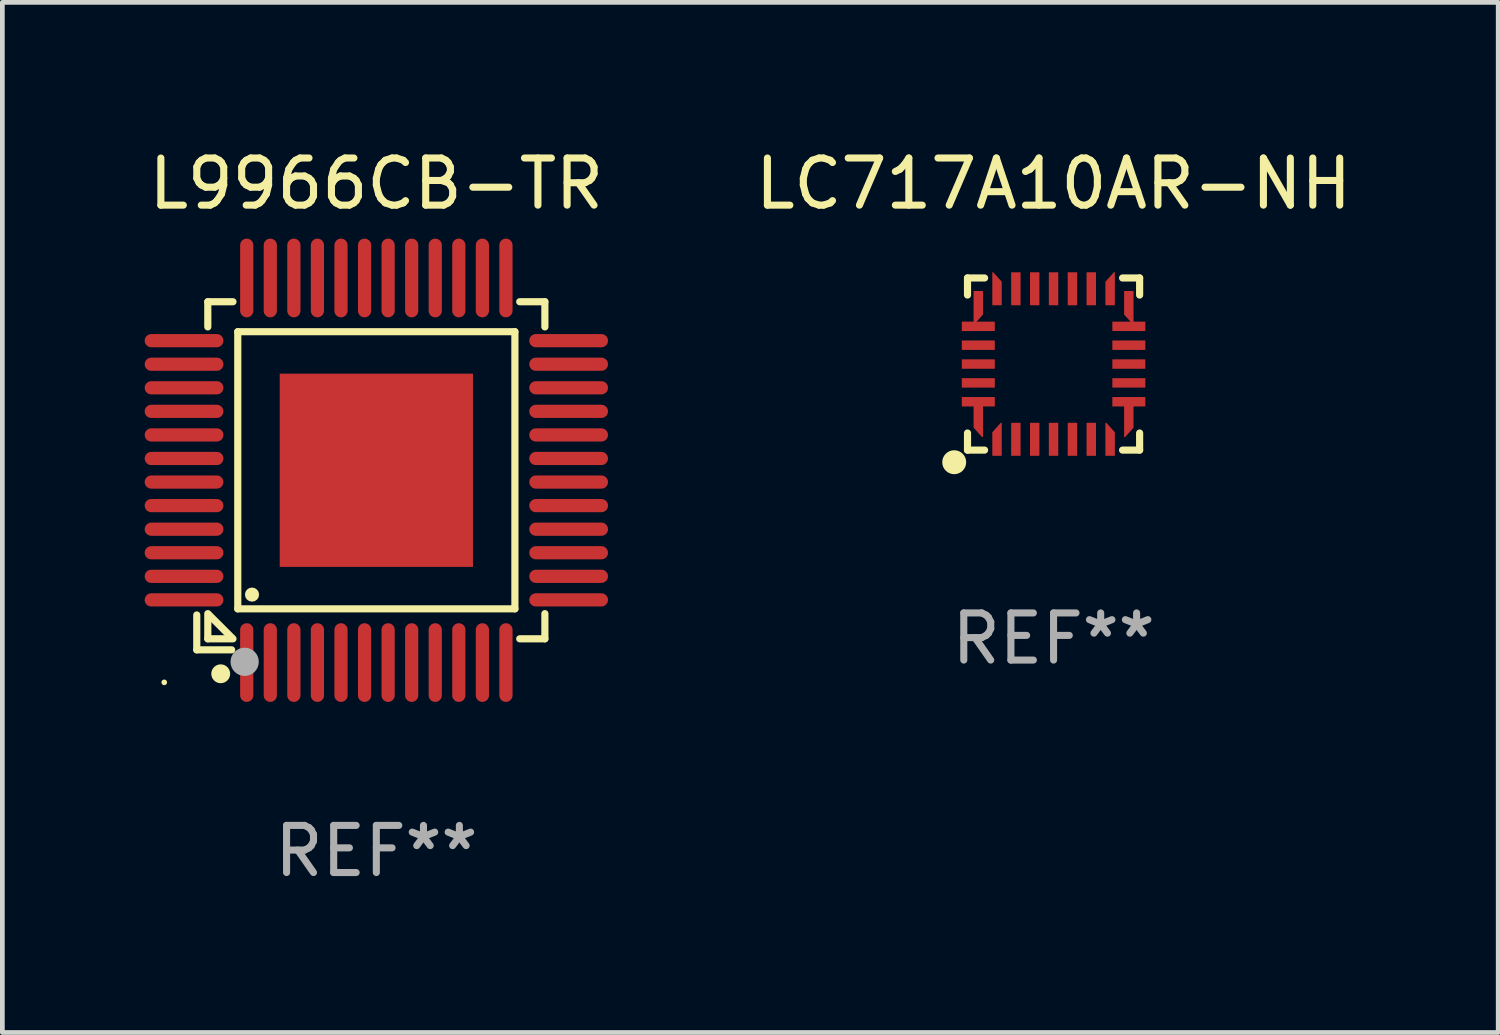
<source format=kicad_pcb>
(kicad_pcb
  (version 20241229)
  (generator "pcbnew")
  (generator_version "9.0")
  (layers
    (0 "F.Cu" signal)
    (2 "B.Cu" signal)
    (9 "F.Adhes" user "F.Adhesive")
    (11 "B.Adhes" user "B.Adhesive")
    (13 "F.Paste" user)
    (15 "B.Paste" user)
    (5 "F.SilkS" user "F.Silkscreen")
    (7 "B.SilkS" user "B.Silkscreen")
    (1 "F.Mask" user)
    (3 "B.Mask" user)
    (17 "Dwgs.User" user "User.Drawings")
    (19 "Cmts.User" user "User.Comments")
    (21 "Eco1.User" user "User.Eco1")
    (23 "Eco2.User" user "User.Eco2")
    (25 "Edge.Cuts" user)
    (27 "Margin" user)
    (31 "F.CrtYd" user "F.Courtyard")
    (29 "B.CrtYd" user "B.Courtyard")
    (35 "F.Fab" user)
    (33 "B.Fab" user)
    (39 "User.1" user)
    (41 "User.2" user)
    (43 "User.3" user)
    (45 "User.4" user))
  (footprint "LC717A10AR-NH"
    (layer "F.Cu")
    (at 19.304 4.674)
    (property "Reference" "LC717A10AR-NH" (at 0 -3.826 0) (layer "F.SilkS") (effects (font (size 1 1) (thickness 0.15))))
    (attr through_hole)
    (fp_line (start -1.826 -1.826) (end -1.826 -1.464) (stroke (width 0.152) (type solid)) (layer "F.SilkS"))
    (fp_line (start -1.826 1.826) (end -1.826 1.464) (stroke (width 0.152) (type solid)) (layer "F.SilkS"))
    (fp_line (start -1.464 -1.826) (end -1.826 -1.826) (stroke (width 0.152) (type solid)) (layer "F.SilkS"))
    (fp_line (start -1.464 1.826) (end -1.826 1.826) (stroke (width 0.152) (type solid)) (layer "F.SilkS"))
    (fp_line (start 1.464 -1.826) (end 1.826 -1.826) (stroke (width 0.152) (type solid)) (layer "F.SilkS"))
    (fp_line (start 1.464 1.826) (end 1.826 1.826) (stroke (width 0.152) (type solid)) (layer "F.SilkS"))
    (fp_line (start 1.826 -1.826) (end 1.826 -1.464) (stroke (width 0.152) (type solid)) (layer "F.SilkS"))
    (fp_line (start 1.826 1.826) (end 1.826 1.464) (stroke (width 0.152) (type solid)) (layer "F.SilkS"))
    (fp_circle (center -2.108 2.083) (end -1.981 2.083) (stroke (width 0.254) (type solid)) (fill no) (layer "F.SilkS"))
    (fp_text user "REF**" (at 0 5.826 0) (layer "F.Fab") (effects (font (size 1 1) (thickness 0.15))))
    (pad "1" smd custom (at -1.2 1.597) (size 0.2 0.7) (layers "F.Cu" "F.Mask" "F.Paste") (options (anchor circle)) (primitives (gr_poly (pts (xy 0.1 -0.35) (xy 0.1 0.35) (xy -0.1 0.35) (xy -0.1 -0.15) (xy 0.08 -0.35)) (width 0) (fill yes))))
    (pad "2" smd rect (at -0.8 1.597) (size 0.2 0.7) (layers "F.Cu" "F.Mask" "F.Paste"))
    (pad "3" smd rect (at -0.4 1.597) (size 0.2 0.7) (layers "F.Cu" "F.Mask" "F.Paste"))
    (pad "4" smd rect (at -0.000013 1.597) (size 0.2 0.7) (layers "F.Cu" "F.Mask" "F.Paste"))
    (pad "5" smd rect (at 0.4 1.597) (size 0.2 0.7) (layers "F.Cu" "F.Mask" "F.Paste"))
    (pad "6" smd rect (at 0.8 1.597) (size 0.2 0.7) (layers "F.Cu" "F.Mask" "F.Paste"))
    (pad "7" smd custom (at 1.2 1.597) (size 0.2 0.7) (layers "F.Cu" "F.Mask" "F.Paste") (options (anchor circle)) (primitives (gr_poly (pts (xy -0.1 -0.35) (xy -0.1 0.35) (xy 0.1 0.35) (xy 0.1 -0.15) (xy -0.08 -0.35)) (width 0) (fill yes))))
    (pad "8" smd custom (at 1.597 1.2 90) (size 0.2 0.7) (layers "F.Cu" "F.Mask" "F.Paste") (options (anchor circle)) (primitives (gr_poly (pts (xy -0.35 -0.1) (xy 0.35 -0.1) (xy 0.35 0.1) (xy -0.15 0.1) (xy -0.35 -0.08)) (width 0) (fill yes))))
    (pad "9" smd rect (at 1.597 0.8) (size 0.7 0.2) (layers "F.Cu" "F.Mask" "F.Paste"))
    (pad "10" smd rect (at 1.597 0.4) (size 0.7 0.2) (layers "F.Cu" "F.Mask" "F.Paste"))
    (pad "11" smd rect (at 1.597 -0.000013) (size 0.7 0.2) (layers "F.Cu" "F.Mask" "F.Paste"))
    (pad "12" smd rect (at 1.597 -0.4) (size 0.7 0.2) (layers "F.Cu" "F.Mask" "F.Paste"))
    (pad "13" smd rect (at 1.597 -0.8) (size 0.7 0.2) (layers "F.Cu" "F.Mask" "F.Paste"))
    (pad "14" smd custom (at 1.597 -1.2 90) (size 0.2 0.7) (layers "F.Cu" "F.Mask" "F.Paste") (options (anchor circle)) (primitives (gr_poly (pts (xy -0.35 0.1) (xy 0.35 0.1) (xy 0.35 -0.1) (xy -0.15 -0.1) (xy -0.35 0.08)) (width 0) (fill yes))))
    (pad "15" smd custom (at 1.2 -1.597 180) (size 0.2 0.7) (layers "F.Cu" "F.Mask" "F.Paste") (options (anchor circle)) (primitives (gr_poly (pts (xy -0.1 0.35) (xy -0.1 -0.35) (xy 0.1 -0.35) (xy 0.1 0.15) (xy -0.08 0.35)) (width 0) (fill yes))))
    (pad "16" smd rect (at 0.8 -1.597) (size 0.2 0.7) (layers "F.Cu" "F.Mask" "F.Paste"))
    (pad "17" smd rect (at 0.4 -1.597) (size 0.2 0.7) (layers "F.Cu" "F.Mask" "F.Paste"))
    (pad "18" smd rect (at -0.000013 -1.597) (size 0.2 0.7) (layers "F.Cu" "F.Mask" "F.Paste"))
    (pad "19" smd rect (at -0.4 -1.597) (size 0.2 0.7) (layers "F.Cu" "F.Mask" "F.Paste"))
    (pad "20" smd rect (at -0.8 -1.597) (size 0.2 0.7) (layers "F.Cu" "F.Mask" "F.Paste"))
    (pad "21" smd custom (at -1.2 -1.597 180) (size 0.2 0.7) (layers "F.Cu" "F.Mask" "F.Paste") (options (anchor circle)) (primitives (gr_poly (pts (xy 0.1 0.35) (xy 0.1 -0.35) (xy -0.1 -0.35) (xy -0.1 0.15) (xy 0.08 0.35)) (width 0) (fill yes))))
    (pad "22" smd custom (at -1.597 -1.2 270) (size 0.2 0.7) (layers "F.Cu" "F.Mask" "F.Paste") (options (anchor circle)) (primitives (gr_poly (pts (xy 0.35 0.1) (xy -0.35 0.1) (xy -0.35 -0.1) (xy 0.15 -0.1) (xy 0.35 0.08)) (width 0) (fill yes))))
    (pad "23" smd rect (at -1.597 -0.8) (size 0.7 0.2) (layers "F.Cu" "F.Mask" "F.Paste"))
    (pad "24" smd rect (at -1.597 -0.4) (size 0.7 0.2) (layers "F.Cu" "F.Mask" "F.Paste"))
    (pad "25" smd rect (at -1.597 -0.000013) (size 0.7 0.2) (layers "F.Cu" "F.Mask" "F.Paste"))
    (pad "26" smd rect (at -1.597 0.4) (size 0.7 0.2) (layers "F.Cu" "F.Mask" "F.Paste"))
    (pad "27" smd rect (at -1.597 0.8) (size 0.7 0.2) (layers "F.Cu" "F.Mask" "F.Paste"))
    (pad "28" smd custom (at -1.597 1.2 270) (size 0.2 0.7) (layers "F.Cu" "F.Mask" "F.Paste") (options (anchor circle)) (primitives (gr_poly (pts (xy 0.35 -0.1) (xy -0.35 -0.1) (xy -0.35 0.1) (xy 0.15 0.1) (xy 0.35 -0.08)) (width 0) (fill yes)))))
  (footprint "L9966CB-TR"
    (layer "F.Cu")
    (at 4.935 6.928)
    (property "Reference" "L9966CB-TR" (at 0 -6.08 0) (layer "F.SilkS") (effects (font (size 1 1) (thickness 0.15))))
    (attr through_hole)
    (fp_line (start -3.81 3.07) (end -3.81 3.81) (stroke (width 0.152) (type solid)) (layer "F.SilkS"))
    (fp_line (start -3.81 3.81) (end -3.07 3.81) (stroke (width 0.152) (type solid)) (layer "F.SilkS"))
    (fp_line (start -3.576 -3.576) (end -3.576 -3.042) (stroke (width 0.152) (type solid)) (layer "F.SilkS"))
    (fp_line (start -3.576 3.576) (end -3.576 3.042) (stroke (width 0.152) (type solid)) (layer "F.SilkS"))
    (fp_line (start -3.549 3.069) (end -3.069 3.549) (stroke (width 0.152) (type solid)) (layer "F.SilkS"))
    (fp_line (start -3.042 -3.576) (end -3.576 -3.576) (stroke (width 0.152) (type solid)) (layer "F.SilkS"))
    (fp_line (start -3.042 3.576) (end -3.576 3.576) (stroke (width 0.152) (type solid)) (layer "F.SilkS"))
    (fp_line (start -2.94 -2.94) (end 2.94 -2.94) (stroke (width 0.152) (type solid)) (layer "F.SilkS"))
    (fp_line (start -2.94 2.94) (end -2.94 -2.94) (stroke (width 0.152) (type solid)) (layer "F.SilkS"))
    (fp_line (start 2.94 -2.94) (end 2.94 2.94) (stroke (width 0.152) (type solid)) (layer "F.SilkS"))
    (fp_line (start 2.94 2.94) (end -2.94 2.94) (stroke (width 0.152) (type solid)) (layer "F.SilkS"))
    (fp_line (start 3.042 -3.576) (end 3.576 -3.576) (stroke (width 0.152) (type solid)) (layer "F.SilkS"))
    (fp_line (start 3.042 3.576) (end 3.576 3.576) (stroke (width 0.152) (type solid)) (layer "F.SilkS"))
    (fp_line (start 3.576 -3.576) (end 3.576 -3.042) (stroke (width 0.152) (type solid)) (layer "F.SilkS"))
    (fp_line (start 3.576 3.576) (end 3.576 3.042) (stroke (width 0.152) (type solid)) (layer "F.SilkS"))
    (fp_circle (center -4.5 4.5) (end -4.47 4.5) (stroke (width 0.06) (type solid)) (fill no) (layer "F.SilkS"))
    (fp_circle (center -3.302 4.318) (end -3.202 4.318) (stroke (width 0.2) (type solid)) (fill no) (layer "F.SilkS"))
    (fp_circle (center -2.638 2.638) (end -2.563 2.638) (stroke (width 0.15) (type solid)) (fill no) (layer "F.SilkS"))
    (fp_circle (center -2.794 4.064) (end -2.644 4.064) (stroke (width 0.3) (type solid)) (fill no) (layer "F.Fab"))
    (fp_text user "REF**" (at 0 8.08 0) (layer "F.Fab") (effects (font (size 1 1) (thickness 0.15))))
    (pad "1" smd oval (at -2.75 4.08) (size 0.28 1.67) (layers "F.Cu" "F.Mask" "F.Paste"))
    (pad "2" smd oval (at -2.25 4.08) (size 0.28 1.67) (layers "F.Cu" "F.Mask" "F.Paste"))
    (pad "3" smd oval (at -1.75 4.08) (size 0.28 1.67) (layers "F.Cu" "F.Mask" "F.Paste"))
    (pad "4" smd oval (at -1.25 4.08) (size 0.28 1.67) (layers "F.Cu" "F.Mask" "F.Paste"))
    (pad "5" smd oval (at -0.75 4.08) (size 0.28 1.67) (layers "F.Cu" "F.Mask" "F.Paste"))
    (pad "6" smd oval (at -0.25 4.08) (size 0.28 1.67) (layers "F.Cu" "F.Mask" "F.Paste"))
    (pad "7" smd oval (at 0.25 4.08) (size 0.28 1.67) (layers "F.Cu" "F.Mask" "F.Paste"))
    (pad "8" smd oval (at 0.75 4.08) (size 0.28 1.67) (layers "F.Cu" "F.Mask" "F.Paste"))
    (pad "9" smd oval (at 1.25 4.08) (size 0.28 1.67) (layers "F.Cu" "F.Mask" "F.Paste"))
    (pad "10" smd oval (at 1.75 4.08) (size 0.28 1.67) (layers "F.Cu" "F.Mask" "F.Paste"))
    (pad "11" smd oval (at 2.25 4.08) (size 0.28 1.67) (layers "F.Cu" "F.Mask" "F.Paste"))
    (pad "12" smd oval (at 2.75 4.08) (size 0.28 1.67) (layers "F.Cu" "F.Mask" "F.Paste"))
    (pad "13" smd oval (at 4.08 2.75) (size 1.67 0.28) (layers "F.Cu" "F.Mask" "F.Paste"))
    (pad "14" smd oval (at 4.08 2.25) (size 1.67 0.28) (layers "F.Cu" "F.Mask" "F.Paste"))
    (pad "15" smd oval (at 4.08 1.75) (size 1.67 0.28) (layers "F.Cu" "F.Mask" "F.Paste"))
    (pad "16" smd oval (at 4.08 1.25) (size 1.67 0.28) (layers "F.Cu" "F.Mask" "F.Paste"))
    (pad "17" smd oval (at 4.08 0.75) (size 1.67 0.28) (layers "F.Cu" "F.Mask" "F.Paste"))
    (pad "18" smd oval (at 4.08 0.25) (size 1.67 0.28) (layers "F.Cu" "F.Mask" "F.Paste"))
    (pad "19" smd oval (at 4.08 -0.25) (size 1.67 0.28) (layers "F.Cu" "F.Mask" "F.Paste"))
    (pad "20" smd oval (at 4.08 -0.75) (size 1.67 0.28) (layers "F.Cu" "F.Mask" "F.Paste"))
    (pad "21" smd oval (at 4.08 -1.25) (size 1.67 0.28) (layers "F.Cu" "F.Mask" "F.Paste"))
    (pad "22" smd oval (at 4.08 -1.75) (size 1.67 0.28) (layers "F.Cu" "F.Mask" "F.Paste"))
    (pad "23" smd oval (at 4.08 -2.25) (size 1.67 0.28) (layers "F.Cu" "F.Mask" "F.Paste"))
    (pad "24" smd oval (at 4.08 -2.75) (size 1.67 0.28) (layers "F.Cu" "F.Mask" "F.Paste"))
    (pad "25" smd oval (at 2.75 -4.08) (size 0.28 1.67) (layers "F.Cu" "F.Mask" "F.Paste"))
    (pad "26" smd oval (at 2.25 -4.08) (size 0.28 1.67) (layers "F.Cu" "F.Mask" "F.Paste"))
    (pad "27" smd oval (at 1.75 -4.08) (size 0.28 1.67) (layers "F.Cu" "F.Mask" "F.Paste"))
    (pad "28" smd oval (at 1.25 -4.08) (size 0.28 1.67) (layers "F.Cu" "F.Mask" "F.Paste"))
    (pad "29" smd oval (at 0.75 -4.08) (size 0.28 1.67) (layers "F.Cu" "F.Mask" "F.Paste"))
    (pad "30" smd oval (at 0.25 -4.08) (size 0.28 1.67) (layers "F.Cu" "F.Mask" "F.Paste"))
    (pad "31" smd oval (at -0.25 -4.08) (size 0.28 1.67) (layers "F.Cu" "F.Mask" "F.Paste"))
    (pad "32" smd oval (at -0.75 -4.08) (size 0.28 1.67) (layers "F.Cu" "F.Mask" "F.Paste"))
    (pad "33" smd oval (at -1.25 -4.08) (size 0.28 1.67) (layers "F.Cu" "F.Mask" "F.Paste"))
    (pad "34" smd oval (at -1.75 -4.08) (size 0.28 1.67) (layers "F.Cu" "F.Mask" "F.Paste"))
    (pad "35" smd oval (at -2.25 -4.08) (size 0.28 1.67) (layers "F.Cu" "F.Mask" "F.Paste"))
    (pad "36" smd oval (at -2.75 -4.08) (size 0.28 1.67) (layers "F.Cu" "F.Mask" "F.Paste"))
    (pad "37" smd oval (at -4.08 -2.75) (size 1.67 0.28) (layers "F.Cu" "F.Mask" "F.Paste"))
    (pad "38" smd oval (at -4.08 -2.25) (size 1.67 0.28) (layers "F.Cu" "F.Mask" "F.Paste"))
    (pad "39" smd oval (at -4.08 -1.75) (size 1.67 0.28) (layers "F.Cu" "F.Mask" "F.Paste"))
    (pad "40" smd oval (at -4.08 -1.25) (size 1.67 0.28) (layers "F.Cu" "F.Mask" "F.Paste"))
    (pad "41" smd oval (at -4.08 -0.75) (size 1.67 0.28) (layers "F.Cu" "F.Mask" "F.Paste"))
    (pad "42" smd oval (at -4.08 -0.25) (size 1.67 0.28) (layers "F.Cu" "F.Mask" "F.Paste"))
    (pad "43" smd oval (at -4.08 0.25) (size 1.67 0.28) (layers "F.Cu" "F.Mask" "F.Paste"))
    (pad "44" smd oval (at -4.08 0.75) (size 1.67 0.28) (layers "F.Cu" "F.Mask" "F.Paste"))
    (pad "45" smd oval (at -4.08 1.25) (size 1.67 0.28) (layers "F.Cu" "F.Mask" "F.Paste"))
    (pad "46" smd oval (at -4.08 1.75) (size 1.67 0.28) (layers "F.Cu" "F.Mask" "F.Paste"))
    (pad "47" smd oval (at -4.08 2.25) (size 1.67 0.28) (layers "F.Cu" "F.Mask" "F.Paste"))
    (pad "48" smd oval (at -4.08 2.75) (size 1.67 0.28) (layers "F.Cu" "F.Mask" "F.Paste"))
    (pad "49" smd rect (at 0 0) (size 4.1 4.1) (layers "F.Cu" "F.Mask" "F.Paste")))
  (gr_rect
    (start -3 -3)
    (end 28.738 18.857)
    (stroke (width 0.1) (type default))
    (fill no)
    (layer "Edge.Cuts")))
</source>
